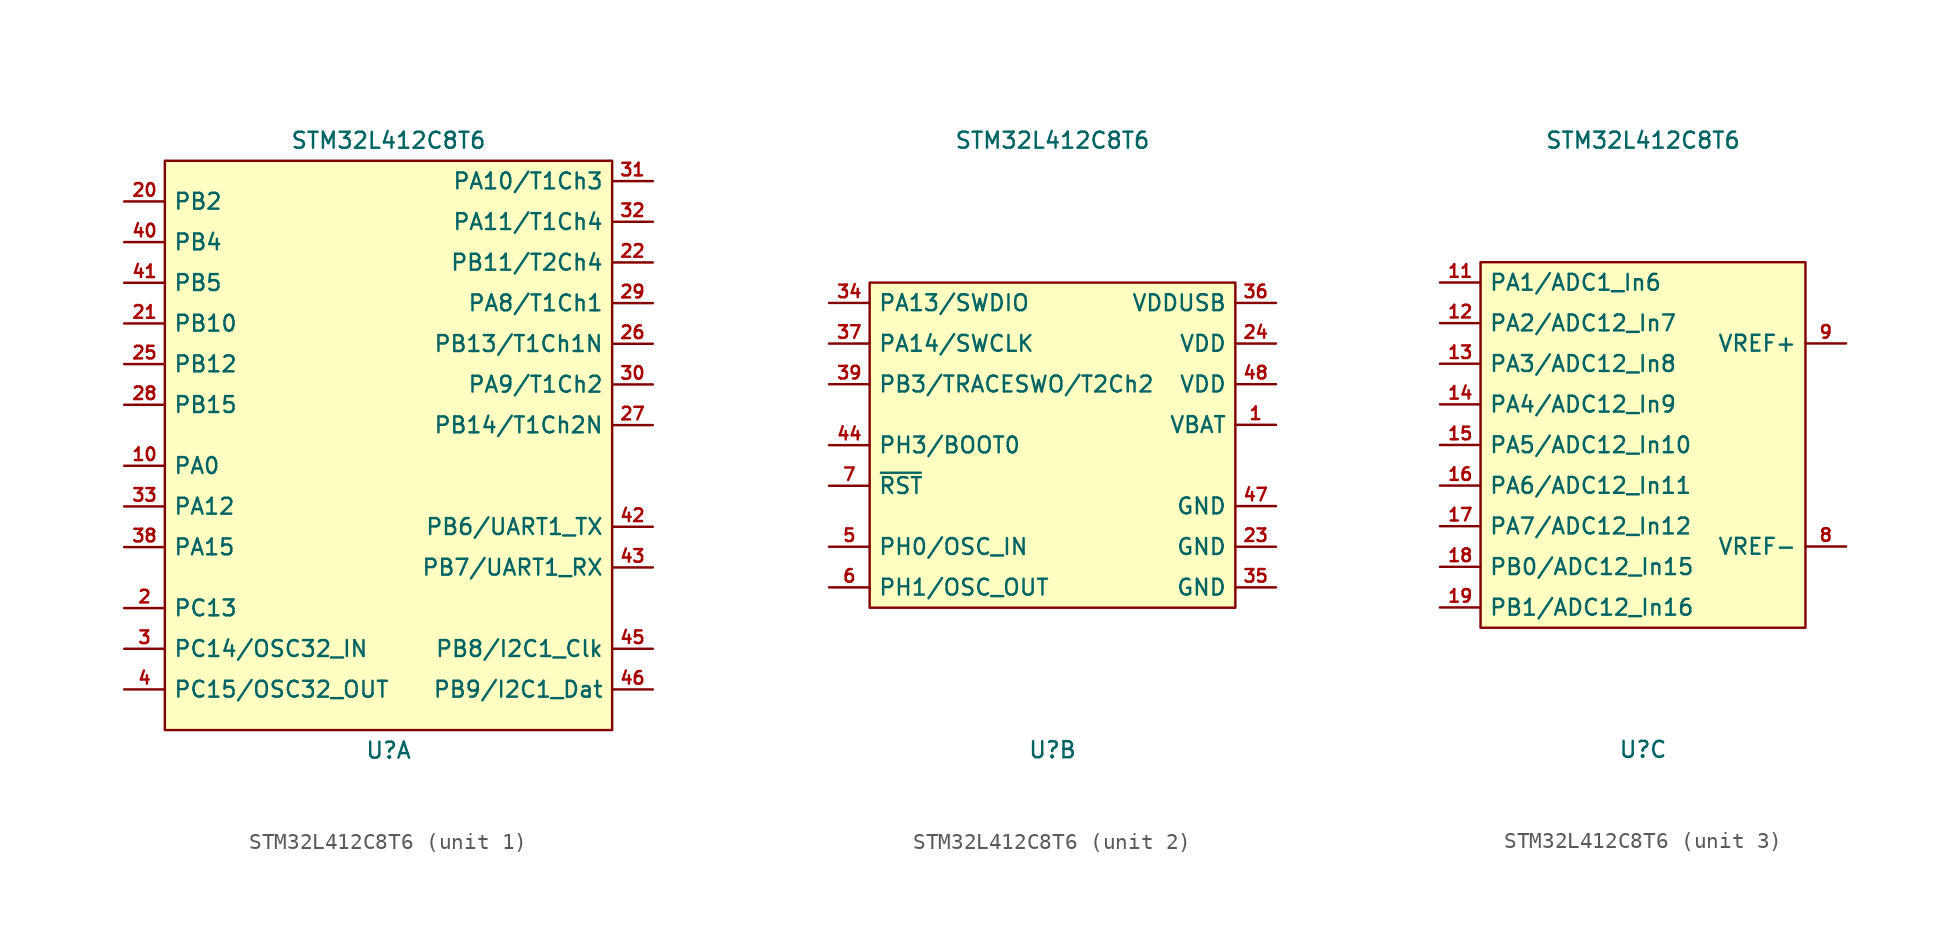
<source format=kicad_sym>
(kicad_symbol_lib
  (version 20231120)
  (generator "kicad_symbol_editor")
  (generator_version "8.0")
  (symbol "STM32L412C8T6"
    (property "Reference" "U"
      (at 0 -19.05 0)
      (effects (font (size 1 1))))
    (property "Value" "STM32L412C8T6"
      (at 0 19.05 0)
      (effects (font (size 1 1))))
    (property "ki_locked" ""
      (at 0 0 0)
      (effects (font (size 1.27 1.27))))
    (symbol "STM32L412C8T6_1_0"
      (pin bidirectional line (at -16.51 -1.27 0) (length 2.54) (name "PA0" (effects (font (size 0.991 0.991)))) (number "10" (effects (font (size 0.787 0.787)))) (alternate "T2Ch1" output line))
      (pin bidirectional line (at -16.51 -10.16 0) (length 2.54) (name "PC13" (effects (font (size 0.991 0.991)))) (number "2" (effects (font (size 0.787 0.787)))))
      (pin bidirectional line (at -16.51 15.24 0) (length 2.54) (name "PB2" (effects (font (size 0.991 0.991)))) (number "20" (effects (font (size 0.787 0.787)))))
      (pin bidirectional line (at -16.51 7.62 0) (length 2.54) (name "PB10" (effects (font (size 0.991 0.991)))) (number "21" (effects (font (size 0.787 0.787)))) (alternate "T2Ch3" output line))
      (pin bidirectional line (at 16.51 11.43 180) (length 2.54) (name "PB11/T2Ch4" (effects (font (size 0.991 0.991)))) (number "22" (effects (font (size 0.787 0.787)))))
      (pin bidirectional line (at -16.51 5.08 0) (length 2.54) (name "PB12" (effects (font (size 0.991 0.991)))) (number "25" (effects (font (size 0.787 0.787)))))
      (pin bidirectional line (at 16.51 6.35 180) (length 2.54) (name "PB13/T1Ch1N" (effects (font (size 0.991 0.991)))) (number "26" (effects (font (size 0.787 0.787)))) (alternate "I2C2_CLK" output line))
      (pin bidirectional line (at 16.51 1.27 180) (length 2.54) (name "PB14/T1Ch2N" (effects (font (size 0.991 0.991)))) (number "27" (effects (font (size 0.787 0.787)))) (alternate "I2C2_Dat" bidirectional line))
      (pin bidirectional line (at -16.51 2.54 0) (length 2.54) (name "PB15" (effects (font (size 0.991 0.991)))) (number "28" (effects (font (size 0.787 0.787)))))
      (pin bidirectional line (at 16.51 8.89 180) (length 2.54) (name "PA8/T1Ch1" (effects (font (size 0.991 0.991)))) (number "29" (effects (font (size 0.787 0.787)))))
      (pin bidirectional line (at -16.51 -12.7 0) (length 2.54) (name "PC14/OSC32_IN" (effects (font (size 0.991 0.991)))) (number "3" (effects (font (size 0.787 0.787)))))
      (pin bidirectional line (at 16.51 3.81 180) (length 2.54) (name "PA9/T1Ch2" (effects (font (size 0.991 0.991)))) (number "30" (effects (font (size 0.787 0.787)))))
      (pin bidirectional line (at 16.51 16.51 180) (length 2.54) (name "PA10/T1Ch3" (effects (font (size 0.991 0.991)))) (number "31" (effects (font (size 0.787 0.787)))))
      (pin bidirectional line (at 16.51 13.97 180) (length 2.54) (name "PA11/T1Ch4" (effects (font (size 0.991 0.991)))) (number "32" (effects (font (size 0.787 0.787)))))
      (pin bidirectional line (at -16.51 -3.81 0) (length 2.54) (name "PA12" (effects (font (size 0.991 0.991)))) (number "33" (effects (font (size 0.787 0.787)))))
      (pin bidirectional line (at -16.51 -6.35 0) (length 2.54) (name "PA15" (effects (font (size 0.991 0.991)))) (number "38" (effects (font (size 0.787 0.787)))))
      (pin bidirectional line (at -16.51 -15.24 0) (length 2.54) (name "PC15/OSC32_OUT" (effects (font (size 0.991 0.991)))) (number "4" (effects (font (size 0.787 0.787)))))
      (pin bidirectional line (at -16.51 12.7 0) (length 2.54) (name "PB4" (effects (font (size 0.991 0.991)))) (number "40" (effects (font (size 0.787 0.787)))))
      (pin bidirectional line (at -16.51 10.16 0) (length 2.54) (name "PB5" (effects (font (size 0.991 0.991)))) (number "41" (effects (font (size 0.787 0.787)))))
      (pin bidirectional line (at 16.51 -5.08 180) (length 2.54) (name "PB6/UART1_TX" (effects (font (size 0.991 0.991)))) (number "42" (effects (font (size 0.787 0.787)))))
      (pin bidirectional line (at 16.51 -7.62 180) (length 2.54) (name "PB7/UART1_RX" (effects (font (size 0.991 0.991)))) (number "43" (effects (font (size 0.787 0.787)))))
      (pin bidirectional line (at 16.51 -12.7 180) (length 2.54) (name "PB8/I2C1_Clk" (effects (font (size 0.991 0.991)))) (number "45" (effects (font (size 0.787 0.787)))))
      (pin bidirectional line (at 16.51 -15.24 180) (length 2.54) (name "PB9/I2C1_Dat" (effects (font (size 0.991 0.991)))) (number "46" (effects (font (size 0.787 0.787))))))
    (symbol "STM32L412C8T6_1_1"
      (rectangle (start -13.97 17.78) (end 13.97 -17.78) (stroke (width 0) (type default)) (fill (type background))))
    (symbol "STM32L412C8T6_2_0"
      (pin power_in line (at 13.97 1.27 180) (length 2.54) (name "VBAT" (effects (font (size 0.991 0.991)))) (number "1" (effects (font (size 0.787 0.787)))))
      (pin power_in line (at 13.97 -6.35 180) (length 2.54) (name "GND" (effects (font (size 0.991 0.991)))) (number "23" (effects (font (size 0.787 0.787)))))
      (pin power_in line (at 13.97 6.35 180) (length 2.54) (name "VDD" (effects (font (size 0.991 0.991)))) (number "24" (effects (font (size 0.787 0.787)))))
      (pin bidirectional line (at -13.97 8.89 0) (length 2.54) (name "PA13/SWDIO" (effects (font (size 0.991 0.991)))) (number "34" (effects (font (size 0.787 0.787)))))
      (pin power_in line (at 13.97 -8.89 180) (length 2.54) (name "GND" (effects (font (size 0.991 0.991)))) (number "35" (effects (font (size 0.787 0.787)))))
      (pin power_in line (at 13.97 8.89 180) (length 2.54) (name "VDDUSB" (effects (font (size 0.991 0.991)))) (number "36" (effects (font (size 0.787 0.787)))))
      (pin bidirectional line (at -13.97 6.35 0) (length 2.54) (name "PA14/SWCLK" (effects (font (size 0.991 0.991)))) (number "37" (effects (font (size 0.787 0.787)))))
      (pin bidirectional line (at -13.97 3.81 0) (length 2.54) (name "PB3/TRACESWO/T2Ch2" (effects (font (size 0.991 0.991)))) (number "39" (effects (font (size 0.787 0.787)))))
      (pin bidirectional line (at -13.97 0 0) (length 2.54) (name "PH3/BOOT0" (effects (font (size 0.991 0.991)))) (number "44" (effects (font (size 0.787 0.787)))))
      (pin power_in line (at 13.97 -3.81 180) (length 2.54) (name "GND" (effects (font (size 0.991 0.991)))) (number "47" (effects (font (size 0.787 0.787)))))
      (pin power_in line (at 13.97 3.81 180) (length 2.54) (name "VDD" (effects (font (size 0.991 0.991)))) (number "48" (effects (font (size 0.787 0.787)))))
      (pin bidirectional line (at -13.97 -6.35 0) (length 2.54) (name "PH0/OSC_IN" (effects (font (size 0.991 0.991)))) (number "5" (effects (font (size 0.787 0.787)))))
      (pin bidirectional line (at -13.97 -8.89 0) (length 2.54) (name "PH1/OSC_OUT" (effects (font (size 0.991 0.991)))) (number "6" (effects (font (size 0.787 0.787)))))
      (pin bidirectional line (at -13.97 -2.54 0) (length 2.54) (name "~{RST}" (effects (font (size 0.991 0.991)))) (number "7" (effects (font (size 0.787 0.787))))))
    (symbol "STM32L412C8T6_2_1"
      (rectangle (start -11.43 10.16) (end 11.43 -10.16) (stroke (width 0) (type default)) (fill (type background))))
    (symbol "STM32L412C8T6_3_0"
      (pin bidirectional line (at -12.7 10.16 0) (length 2.54) (name "PA1/ADC1_In6" (effects (font (size 0.991 0.991)))) (number "11" (effects (font (size 0.787 0.787)))))
      (pin bidirectional line (at -12.7 7.62 0) (length 2.54) (name "PA2/ADC12_In7" (effects (font (size 0.991 0.991)))) (number "12" (effects (font (size 0.787 0.787)))))
      (pin bidirectional line (at -12.7 5.08 0) (length 2.54) (name "PA3/ADC12_In8" (effects (font (size 0.991 0.991)))) (number "13" (effects (font (size 0.787 0.787)))))
      (pin bidirectional line (at -12.7 2.54 0) (length 2.54) (name "PA4/ADC12_In9" (effects (font (size 0.991 0.991)))) (number "14" (effects (font (size 0.787 0.787)))))
      (pin bidirectional line (at -12.7 0 0) (length 2.54) (name "PA5/ADC12_In10" (effects (font (size 0.991 0.991)))) (number "15" (effects (font (size 0.787 0.787)))))
      (pin bidirectional line (at -12.7 -2.54 0) (length 2.54) (name "PA6/ADC12_In11" (effects (font (size 0.991 0.991)))) (number "16" (effects (font (size 0.787 0.787)))))
      (pin bidirectional line (at -12.7 -5.08 0) (length 2.54) (name "PA7/ADC12_In12" (effects (font (size 0.991 0.991)))) (number "17" (effects (font (size 0.787 0.787)))))
      (pin bidirectional line (at -12.7 -7.62 0) (length 2.54) (name "PB0/ADC12_In15" (effects (font (size 0.991 0.991)))) (number "18" (effects (font (size 0.787 0.787)))))
      (pin bidirectional line (at -12.7 -10.16 0) (length 2.54) (name "PB1/ADC12_In16" (effects (font (size 0.991 0.991)))) (number "19" (effects (font (size 0.787 0.787)))))
      (pin power_in line (at 12.7 -6.35 180) (length 2.54) (name "VREF-" (effects (font (size 0.991 0.991)))) (number "8" (effects (font (size 0.787 0.787)))))
      (pin power_in line (at 12.7 6.35 180) (length 2.54) (name "VREF+" (effects (font (size 0.991 0.991)))) (number "9" (effects (font (size 0.787 0.787))))))
    (symbol "STM32L412C8T6_3_1"
      (rectangle (start -10.16 11.43) (end 10.16 -11.43) (stroke (width 0) (type default)) (fill (type background))))))
</source>
